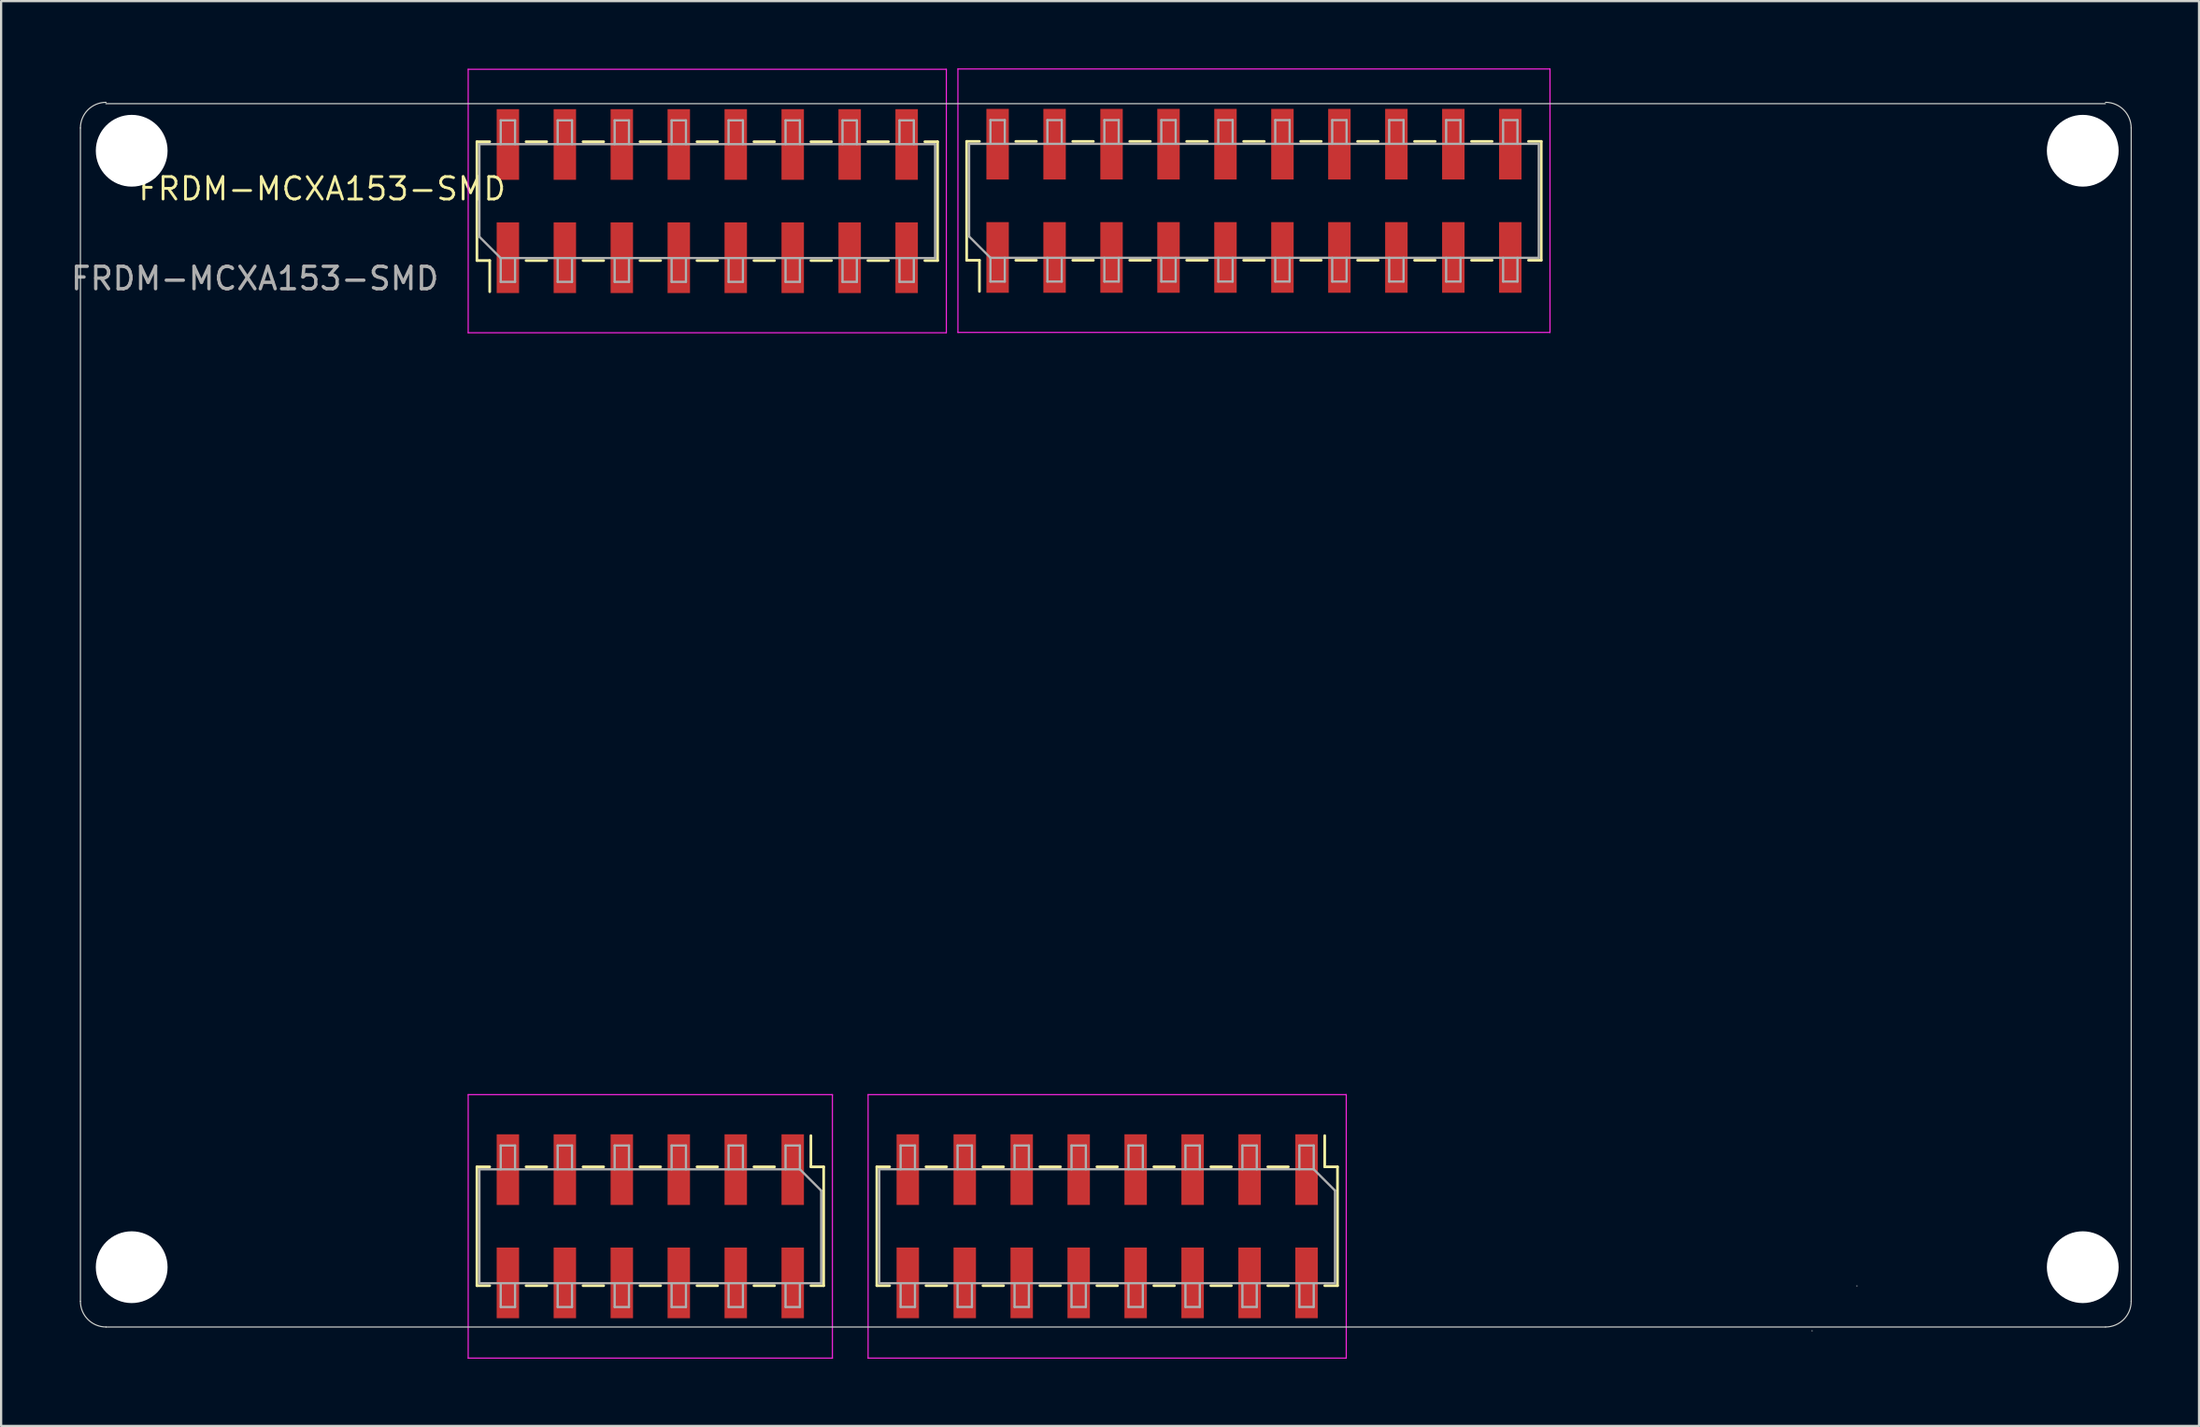
<source format=kicad_pcb>
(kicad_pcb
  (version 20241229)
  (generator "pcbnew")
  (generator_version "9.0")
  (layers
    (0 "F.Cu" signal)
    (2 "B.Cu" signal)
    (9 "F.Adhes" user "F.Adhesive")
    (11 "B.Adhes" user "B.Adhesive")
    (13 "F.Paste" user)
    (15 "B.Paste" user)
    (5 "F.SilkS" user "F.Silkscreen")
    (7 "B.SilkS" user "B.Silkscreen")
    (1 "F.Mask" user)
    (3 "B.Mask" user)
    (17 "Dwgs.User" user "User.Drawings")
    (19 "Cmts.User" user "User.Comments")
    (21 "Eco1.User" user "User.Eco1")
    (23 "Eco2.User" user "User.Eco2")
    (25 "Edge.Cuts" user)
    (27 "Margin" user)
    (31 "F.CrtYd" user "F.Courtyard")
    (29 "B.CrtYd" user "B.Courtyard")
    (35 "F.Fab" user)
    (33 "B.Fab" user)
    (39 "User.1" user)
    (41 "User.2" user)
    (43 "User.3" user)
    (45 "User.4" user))
  (footprint "FRDM-MCXA153-SMD"
    (layer "F.Cu")
    (at 19.596 7.203)
    (property "Reference" "FRDM-MCXA153-SMD" (at -8.281 -1.834 0) (unlocked yes) (layer "F.SilkS") (effects (font (size 1 1) (thickness 0.125))))
    (attr through_hole)
    (fp_line (start -1.38 -3.935) (end -0.81 -3.935) (stroke (width 0.12) (type solid)) (layer "F.SilkS"))
    (fp_line (start -1.38 1.365) (end -1.38 -3.935) (stroke (width 0.12) (type solid)) (layer "F.SilkS"))
    (fp_line (start -1.38 1.365) (end -0.81 1.365) (stroke (width 0.12) (type solid)) (layer "F.SilkS"))
    (fp_line (start -1.38 41.778) (end -1.38 47.078) (stroke (width 0.12) (type solid)) (layer "F.SilkS"))
    (fp_line (start -0.81 2.755) (end -0.81 1.365) (stroke (width 0.12) (type solid)) (layer "F.SilkS"))
    (fp_line (start -0.81 41.778) (end -1.38 41.778) (stroke (width 0.12) (type solid)) (layer "F.SilkS"))
    (fp_line (start -0.81 47.078) (end -1.38 47.078) (stroke (width 0.12) (type solid)) (layer "F.SilkS"))
    (fp_line (start 0.81 -3.935) (end 1.73 -3.935) (stroke (width 0.12) (type solid)) (layer "F.SilkS"))
    (fp_line (start 0.81 1.365) (end 1.73 1.365) (stroke (width 0.12) (type solid)) (layer "F.SilkS"))
    (fp_line (start 1.73 41.778) (end 0.81 41.778) (stroke (width 0.12) (type solid)) (layer "F.SilkS"))
    (fp_line (start 1.73 47.078) (end 0.81 47.078) (stroke (width 0.12) (type solid)) (layer "F.SilkS"))
    (fp_line (start 3.35 -3.935) (end 4.27 -3.935) (stroke (width 0.12) (type solid)) (layer "F.SilkS"))
    (fp_line (start 3.35 1.365) (end 4.27 1.365) (stroke (width 0.12) (type solid)) (layer "F.SilkS"))
    (fp_line (start 4.27 41.778) (end 3.35 41.778) (stroke (width 0.12) (type solid)) (layer "F.SilkS"))
    (fp_line (start 4.27 47.078) (end 3.35 47.078) (stroke (width 0.12) (type solid)) (layer "F.SilkS"))
    (fp_line (start 5.89 -3.935) (end 6.81 -3.935) (stroke (width 0.12) (type solid)) (layer "F.SilkS"))
    (fp_line (start 5.89 1.365) (end 6.81 1.365) (stroke (width 0.12) (type solid)) (layer "F.SilkS"))
    (fp_line (start 6.81 41.778) (end 5.89 41.778) (stroke (width 0.12) (type solid)) (layer "F.SilkS"))
    (fp_line (start 6.81 47.078) (end 5.89 47.078) (stroke (width 0.12) (type solid)) (layer "F.SilkS"))
    (fp_line (start 8.43 -3.935) (end 9.35 -3.935) (stroke (width 0.12) (type solid)) (layer "F.SilkS"))
    (fp_line (start 8.43 1.365) (end 9.35 1.365) (stroke (width 0.12) (type solid)) (layer "F.SilkS"))
    (fp_line (start 9.35 41.778) (end 8.43 41.778) (stroke (width 0.12) (type solid)) (layer "F.SilkS"))
    (fp_line (start 9.35 47.078) (end 8.43 47.078) (stroke (width 0.12) (type solid)) (layer "F.SilkS"))
    (fp_line (start 10.97 -3.935) (end 11.89 -3.935) (stroke (width 0.12) (type solid)) (layer "F.SilkS"))
    (fp_line (start 10.97 1.365) (end 11.89 1.365) (stroke (width 0.12) (type solid)) (layer "F.SilkS"))
    (fp_line (start 11.89 41.778) (end 10.97 41.778) (stroke (width 0.12) (type solid)) (layer "F.SilkS"))
    (fp_line (start 11.89 47.078) (end 10.97 47.078) (stroke (width 0.12) (type solid)) (layer "F.SilkS"))
    (fp_line (start 13.51 -3.935) (end 14.43 -3.935) (stroke (width 0.12) (type solid)) (layer "F.SilkS"))
    (fp_line (start 13.51 1.365) (end 14.43 1.365) (stroke (width 0.12) (type solid)) (layer "F.SilkS"))
    (fp_line (start 13.51 40.388) (end 13.51 41.778) (stroke (width 0.12) (type solid)) (layer "F.SilkS"))
    (fp_line (start 14.08 41.778) (end 13.51 41.778) (stroke (width 0.12) (type solid)) (layer "F.SilkS"))
    (fp_line (start 14.08 41.778) (end 14.08 47.078) (stroke (width 0.12) (type solid)) (layer "F.SilkS"))
    (fp_line (start 14.08 47.078) (end 13.51 47.078) (stroke (width 0.12) (type solid)) (layer "F.SilkS"))
    (fp_line (start 16.05 -3.935) (end 16.97 -3.935) (stroke (width 0.12) (type solid)) (layer "F.SilkS"))
    (fp_line (start 16.05 1.365) (end 16.97 1.365) (stroke (width 0.12) (type solid)) (layer "F.SilkS"))
    (fp_line (start 16.451 41.777) (end 16.451 47.077) (stroke (width 0.12) (type solid)) (layer "F.SilkS"))
    (fp_line (start 17.021 41.777) (end 16.451 41.777) (stroke (width 0.12) (type solid)) (layer "F.SilkS"))
    (fp_line (start 17.021 47.077) (end 16.451 47.077) (stroke (width 0.12) (type solid)) (layer "F.SilkS"))
    (fp_line (start 18.59 -3.935) (end 19.16 -3.935) (stroke (width 0.12) (type solid)) (layer "F.SilkS"))
    (fp_line (start 18.59 1.365) (end 19.16 1.365) (stroke (width 0.12) (type solid)) (layer "F.SilkS"))
    (fp_line (start 19.16 1.365) (end 19.16 -3.935) (stroke (width 0.12) (type solid)) (layer "F.SilkS"))
    (fp_line (start 19.561 41.777) (end 18.641 41.777) (stroke (width 0.12) (type solid)) (layer "F.SilkS"))
    (fp_line (start 19.561 47.077) (end 18.641 47.077) (stroke (width 0.12) (type solid)) (layer "F.SilkS"))
    (fp_line (start 20.456 -3.948) (end 21.026 -3.948) (stroke (width 0.12) (type solid)) (layer "F.SilkS"))
    (fp_line (start 20.456 1.352) (end 20.456 -3.948) (stroke (width 0.12) (type solid)) (layer "F.SilkS"))
    (fp_line (start 20.456 1.352) (end 21.026 1.352) (stroke (width 0.12) (type solid)) (layer "F.SilkS"))
    (fp_line (start 21.026 2.742) (end 21.026 1.352) (stroke (width 0.12) (type solid)) (layer "F.SilkS"))
    (fp_line (start 22.101 41.777) (end 21.181 41.777) (stroke (width 0.12) (type solid)) (layer "F.SilkS"))
    (fp_line (start 22.101 47.077) (end 21.181 47.077) (stroke (width 0.12) (type solid)) (layer "F.SilkS"))
    (fp_line (start 22.646 -3.948) (end 23.566 -3.948) (stroke (width 0.12) (type solid)) (layer "F.SilkS"))
    (fp_line (start 22.646 1.352) (end 23.566 1.352) (stroke (width 0.12) (type solid)) (layer "F.SilkS"))
    (fp_line (start 24.641 41.777) (end 23.721 41.777) (stroke (width 0.12) (type solid)) (layer "F.SilkS"))
    (fp_line (start 24.641 47.077) (end 23.721 47.077) (stroke (width 0.12) (type solid)) (layer "F.SilkS"))
    (fp_line (start 25.186 -3.948) (end 26.106 -3.948) (stroke (width 0.12) (type solid)) (layer "F.SilkS"))
    (fp_line (start 25.186 1.352) (end 26.106 1.352) (stroke (width 0.12) (type solid)) (layer "F.SilkS"))
    (fp_line (start 27.181 41.777) (end 26.261 41.777) (stroke (width 0.12) (type solid)) (layer "F.SilkS"))
    (fp_line (start 27.181 47.077) (end 26.261 47.077) (stroke (width 0.12) (type solid)) (layer "F.SilkS"))
    (fp_line (start 27.726 -3.948) (end 28.646 -3.948) (stroke (width 0.12) (type solid)) (layer "F.SilkS"))
    (fp_line (start 27.726 1.352) (end 28.646 1.352) (stroke (width 0.12) (type solid)) (layer "F.SilkS"))
    (fp_line (start 29.721 41.777) (end 28.801 41.777) (stroke (width 0.12) (type solid)) (layer "F.SilkS"))
    (fp_line (start 29.721 47.077) (end 28.801 47.077) (stroke (width 0.12) (type solid)) (layer "F.SilkS"))
    (fp_line (start 30.266 -3.948) (end 31.186 -3.948) (stroke (width 0.12) (type solid)) (layer "F.SilkS"))
    (fp_line (start 30.266 1.352) (end 31.186 1.352) (stroke (width 0.12) (type solid)) (layer "F.SilkS"))
    (fp_line (start 32.261 41.777) (end 31.341 41.777) (stroke (width 0.12) (type solid)) (layer "F.SilkS"))
    (fp_line (start 32.261 47.077) (end 31.341 47.077) (stroke (width 0.12) (type solid)) (layer "F.SilkS"))
    (fp_line (start 32.806 -3.948) (end 33.726 -3.948) (stroke (width 0.12) (type solid)) (layer "F.SilkS"))
    (fp_line (start 32.806 1.352) (end 33.726 1.352) (stroke (width 0.12) (type solid)) (layer "F.SilkS"))
    (fp_line (start 34.801 41.777) (end 33.881 41.777) (stroke (width 0.12) (type solid)) (layer "F.SilkS"))
    (fp_line (start 34.801 47.077) (end 33.881 47.077) (stroke (width 0.12) (type solid)) (layer "F.SilkS"))
    (fp_line (start 35.346 -3.948) (end 36.266 -3.948) (stroke (width 0.12) (type solid)) (layer "F.SilkS"))
    (fp_line (start 35.346 1.352) (end 36.266 1.352) (stroke (width 0.12) (type solid)) (layer "F.SilkS"))
    (fp_line (start 36.421 40.387) (end 36.421 41.777) (stroke (width 0.12) (type solid)) (layer "F.SilkS"))
    (fp_line (start 36.991 41.777) (end 36.421 41.777) (stroke (width 0.12) (type solid)) (layer "F.SilkS"))
    (fp_line (start 36.991 41.777) (end 36.991 47.077) (stroke (width 0.12) (type solid)) (layer "F.SilkS"))
    (fp_line (start 36.991 47.077) (end 36.421 47.077) (stroke (width 0.12) (type solid)) (layer "F.SilkS"))
    (fp_line (start 37.886 -3.948) (end 38.806 -3.948) (stroke (width 0.12) (type solid)) (layer "F.SilkS"))
    (fp_line (start 37.886 1.352) (end 38.806 1.352) (stroke (width 0.12) (type solid)) (layer "F.SilkS"))
    (fp_line (start 40.426 -3.948) (end 41.346 -3.948) (stroke (width 0.12) (type solid)) (layer "F.SilkS"))
    (fp_line (start 40.426 1.352) (end 41.346 1.352) (stroke (width 0.12) (type solid)) (layer "F.SilkS"))
    (fp_line (start 42.966 -3.948) (end 43.886 -3.948) (stroke (width 0.12) (type solid)) (layer "F.SilkS"))
    (fp_line (start 42.966 1.352) (end 43.886 1.352) (stroke (width 0.12) (type solid)) (layer "F.SilkS"))
    (fp_line (start 45.506 -3.948) (end 46.076 -3.948) (stroke (width 0.12) (type solid)) (layer "F.SilkS"))
    (fp_line (start 45.506 1.352) (end 46.076 1.352) (stroke (width 0.12) (type solid)) (layer "F.SilkS"))
    (fp_line (start 46.076 1.352) (end 46.076 -3.948) (stroke (width 0.12) (type solid)) (layer "F.SilkS"))
    (fp_line (start -19.06 -4.547) (end -19.06 47.777) (stroke (width 0.05) (type solid)) (layer "Edge.Cuts"))
    (fp_line (start -17.917 48.92) (end 71.237 48.92) (stroke (width 0.05) (type solid)) (layer "Edge.Cuts"))
    (fp_line (start 58.152 49.09) (end 58.152 49.09) (stroke (width 0.05) (type solid)) (layer "Edge.Cuts"))
    (fp_line (start 60.152 47.09) (end 60.152 47.09) (stroke (width 0.05) (type solid)) (layer "Edge.Cuts"))
    (fp_line (start 71.229 -5.629) (end -17.925 -5.629) (stroke (width 0.05) (type solid)) (layer "Edge.Cuts"))
    (fp_line (start 72.38 47.777) (end 72.38 -4.547) (stroke (width 0.05) (type solid)) (layer "Edge.Cuts"))
    (fp_arc (start -19.06 -4.547) (mid -18.725223 -5.355223) (end -17.917 -5.69) (stroke (width 0.05) (type solid)) (layer "Edge.Cuts"))
    (fp_arc (start -17.917 48.92) (mid -18.725223 48.585223) (end -19.06 47.777) (stroke (width 0.05) (type solid)) (layer "Edge.Cuts"))
    (fp_arc (start 71.237 -5.69) (mid 72.045223 -5.355223) (end 72.38 -4.547) (stroke (width 0.05) (type solid)) (layer "Edge.Cuts"))
    (fp_arc (start 72.38 47.777) (mid 72.045223 48.585223) (end 71.237 48.92) (stroke (width 0.05) (type solid)) (layer "Edge.Cuts"))
    (fp_line (start -1.77 -7.165) (end -1.77 4.585) (stroke (width 0.05) (type solid)) (layer "F.CrtYd"))
    (fp_line (start -1.77 4.585) (end 19.55 4.585) (stroke (width 0.05) (type solid)) (layer "F.CrtYd"))
    (fp_line (start -1.77 38.558) (end -1.77 50.308) (stroke (width 0.05) (type solid)) (layer "F.CrtYd"))
    (fp_line (start -1.77 50.308) (end 14.47 50.308) (stroke (width 0.05) (type solid)) (layer "F.CrtYd"))
    (fp_line (start 14.47 38.558) (end -1.77 38.558) (stroke (width 0.05) (type solid)) (layer "F.CrtYd"))
    (fp_line (start 14.47 50.308) (end 14.47 38.558) (stroke (width 0.05) (type solid)) (layer "F.CrtYd"))
    (fp_line (start 16.061 38.557) (end 16.061 50.307) (stroke (width 0.05) (type solid)) (layer "F.CrtYd"))
    (fp_line (start 16.061 50.307) (end 37.381 50.307) (stroke (width 0.05) (type solid)) (layer "F.CrtYd"))
    (fp_line (start 19.55 -7.165) (end -1.77 -7.165) (stroke (width 0.05) (type solid)) (layer "F.CrtYd"))
    (fp_line (start 19.55 4.585) (end 19.55 -7.165) (stroke (width 0.05) (type solid)) (layer "F.CrtYd"))
    (fp_line (start 20.066 -7.178) (end 20.066 4.572) (stroke (width 0.05) (type solid)) (layer "F.CrtYd"))
    (fp_line (start 20.066 4.572) (end 46.466 4.572) (stroke (width 0.05) (type solid)) (layer "F.CrtYd"))
    (fp_line (start 37.381 38.557) (end 16.061 38.557) (stroke (width 0.05) (type solid)) (layer "F.CrtYd"))
    (fp_line (start 37.381 50.307) (end 37.381 38.557) (stroke (width 0.05) (type solid)) (layer "F.CrtYd"))
    (fp_line (start 46.466 -7.178) (end 20.066 -7.178) (stroke (width 0.05) (type solid)) (layer "F.CrtYd"))
    (fp_line (start 46.466 4.572) (end 46.466 -7.178) (stroke (width 0.05) (type solid)) (layer "F.CrtYd"))
    (fp_line (start -1.27 -3.825) (end 19.05 -3.825) (stroke (width 0.1) (type solid)) (layer "F.Fab"))
    (fp_line (start -1.27 0.305) (end -1.27 -3.825) (stroke (width 0.1) (type solid)) (layer "F.Fab"))
    (fp_line (start -1.27 41.888) (end 13.02 41.888) (stroke (width 0.1) (type solid)) (layer "F.Fab"))
    (fp_line (start -1.27 46.968) (end -1.27 41.888) (stroke (width 0.1) (type solid)) (layer "F.Fab"))
    (fp_line (start -0.32 -4.885) (end 0.32 -4.885) (stroke (width 0.1) (type solid)) (layer "F.Fab"))
    (fp_line (start -0.32 -3.825) (end -0.32 -4.885) (stroke (width 0.1) (type solid)) (layer "F.Fab"))
    (fp_line (start -0.32 1.255) (end -1.27 0.305) (stroke (width 0.1) (type solid)) (layer "F.Fab"))
    (fp_line (start -0.32 1.255) (end -0.32 2.315) (stroke (width 0.1) (type solid)) (layer "F.Fab"))
    (fp_line (start -0.32 2.315) (end 0.32 2.315) (stroke (width 0.1) (type solid)) (layer "F.Fab"))
    (fp_line (start -0.32 40.828) (end -0.32 41.888) (stroke (width 0.1) (type solid)) (layer "F.Fab"))
    (fp_line (start -0.32 48.028) (end -0.32 46.968) (stroke (width 0.1) (type solid)) (layer "F.Fab"))
    (fp_line (start 0.32 -4.885) (end 0.32 -3.825) (stroke (width 0.1) (type solid)) (layer "F.Fab"))
    (fp_line (start 0.32 2.315) (end 0.32 1.255) (stroke (width 0.1) (type solid)) (layer "F.Fab"))
    (fp_line (start 0.32 40.828) (end -0.32 40.828) (stroke (width 0.1) (type solid)) (layer "F.Fab"))
    (fp_line (start 0.32 41.888) (end 0.32 40.828) (stroke (width 0.1) (type solid)) (layer "F.Fab"))
    (fp_line (start 0.32 46.968) (end 0.32 48.028) (stroke (width 0.1) (type solid)) (layer "F.Fab"))
    (fp_line (start 0.32 48.028) (end -0.32 48.028) (stroke (width 0.1) (type solid)) (layer "F.Fab"))
    (fp_line (start 2.22 -4.885) (end 2.86 -4.885) (stroke (width 0.1) (type solid)) (layer "F.Fab"))
    (fp_line (start 2.22 -3.825) (end 2.22 -4.885) (stroke (width 0.1) (type solid)) (layer "F.Fab"))
    (fp_line (start 2.22 1.255) (end 2.22 2.315) (stroke (width 0.1) (type solid)) (layer "F.Fab"))
    (fp_line (start 2.22 2.315) (end 2.86 2.315) (stroke (width 0.1) (type solid)) (layer "F.Fab"))
    (fp_line (start 2.22 40.828) (end 2.22 41.888) (stroke (width 0.1) (type solid)) (layer "F.Fab"))
    (fp_line (start 2.22 48.028) (end 2.22 46.968) (stroke (width 0.1) (type solid)) (layer "F.Fab"))
    (fp_line (start 2.86 -4.885) (end 2.86 -3.825) (stroke (width 0.1) (type solid)) (layer "F.Fab"))
    (fp_line (start 2.86 2.315) (end 2.86 1.255) (stroke (width 0.1) (type solid)) (layer "F.Fab"))
    (fp_line (start 2.86 40.828) (end 2.22 40.828) (stroke (width 0.1) (type solid)) (layer "F.Fab"))
    (fp_line (start 2.86 41.888) (end 2.86 40.828) (stroke (width 0.1) (type solid)) (layer "F.Fab"))
    (fp_line (start 2.86 46.968) (end 2.86 48.028) (stroke (width 0.1) (type solid)) (layer "F.Fab"))
    (fp_line (start 2.86 48.028) (end 2.22 48.028) (stroke (width 0.1) (type solid)) (layer "F.Fab"))
    (fp_line (start 4.76 -4.885) (end 5.4 -4.885) (stroke (width 0.1) (type solid)) (layer "F.Fab"))
    (fp_line (start 4.76 -3.825) (end 4.76 -4.885) (stroke (width 0.1) (type solid)) (layer "F.Fab"))
    (fp_line (start 4.76 1.255) (end 4.76 2.315) (stroke (width 0.1) (type solid)) (layer "F.Fab"))
    (fp_line (start 4.76 2.315) (end 5.4 2.315) (stroke (width 0.1) (type solid)) (layer "F.Fab"))
    (fp_line (start 4.76 40.828) (end 4.76 41.888) (stroke (width 0.1) (type solid)) (layer "F.Fab"))
    (fp_line (start 4.76 48.028) (end 4.76 46.968) (stroke (width 0.1) (type solid)) (layer "F.Fab"))
    (fp_line (start 5.4 -4.885) (end 5.4 -3.825) (stroke (width 0.1) (type solid)) (layer "F.Fab"))
    (fp_line (start 5.4 2.315) (end 5.4 1.255) (stroke (width 0.1) (type solid)) (layer "F.Fab"))
    (fp_line (start 5.4 40.828) (end 4.76 40.828) (stroke (width 0.1) (type solid)) (layer "F.Fab"))
    (fp_line (start 5.4 41.888) (end 5.4 40.828) (stroke (width 0.1) (type solid)) (layer "F.Fab"))
    (fp_line (start 5.4 46.968) (end 5.4 48.028) (stroke (width 0.1) (type solid)) (layer "F.Fab"))
    (fp_line (start 5.4 48.028) (end 4.76 48.028) (stroke (width 0.1) (type solid)) (layer "F.Fab"))
    (fp_line (start 7.3 -4.885) (end 7.94 -4.885) (stroke (width 0.1) (type solid)) (layer "F.Fab"))
    (fp_line (start 7.3 -3.825) (end 7.3 -4.885) (stroke (width 0.1) (type solid)) (layer "F.Fab"))
    (fp_line (start 7.3 1.255) (end 7.3 2.315) (stroke (width 0.1) (type solid)) (layer "F.Fab"))
    (fp_line (start 7.3 2.315) (end 7.94 2.315) (stroke (width 0.1) (type solid)) (layer "F.Fab"))
    (fp_line (start 7.3 40.828) (end 7.3 41.888) (stroke (width 0.1) (type solid)) (layer "F.Fab"))
    (fp_line (start 7.3 48.028) (end 7.3 46.968) (stroke (width 0.1) (type solid)) (layer "F.Fab"))
    (fp_line (start 7.94 -4.885) (end 7.94 -3.825) (stroke (width 0.1) (type solid)) (layer "F.Fab"))
    (fp_line (start 7.94 2.315) (end 7.94 1.255) (stroke (width 0.1) (type solid)) (layer "F.Fab"))
    (fp_line (start 7.94 40.828) (end 7.3 40.828) (stroke (width 0.1) (type solid)) (layer "F.Fab"))
    (fp_line (start 7.94 41.888) (end 7.94 40.828) (stroke (width 0.1) (type solid)) (layer "F.Fab"))
    (fp_line (start 7.94 46.968) (end 7.94 48.028) (stroke (width 0.1) (type solid)) (layer "F.Fab"))
    (fp_line (start 7.94 48.028) (end 7.3 48.028) (stroke (width 0.1) (type solid)) (layer "F.Fab"))
    (fp_line (start 9.84 -4.885) (end 10.48 -4.885) (stroke (width 0.1) (type solid)) (layer "F.Fab"))
    (fp_line (start 9.84 -3.825) (end 9.84 -4.885) (stroke (width 0.1) (type solid)) (layer "F.Fab"))
    (fp_line (start 9.84 1.255) (end 9.84 2.315) (stroke (width 0.1) (type solid)) (layer "F.Fab"))
    (fp_line (start 9.84 2.315) (end 10.48 2.315) (stroke (width 0.1) (type solid)) (layer "F.Fab"))
    (fp_line (start 9.84 40.828) (end 9.84 41.888) (stroke (width 0.1) (type solid)) (layer "F.Fab"))
    (fp_line (start 9.84 48.028) (end 9.84 46.968) (stroke (width 0.1) (type solid)) (layer "F.Fab"))
    (fp_line (start 10.48 -4.885) (end 10.48 -3.825) (stroke (width 0.1) (type solid)) (layer "F.Fab"))
    (fp_line (start 10.48 2.315) (end 10.48 1.255) (stroke (width 0.1) (type solid)) (layer "F.Fab"))
    (fp_line (start 10.48 40.828) (end 9.84 40.828) (stroke (width 0.1) (type solid)) (layer "F.Fab"))
    (fp_line (start 10.48 41.888) (end 10.48 40.828) (stroke (width 0.1) (type solid)) (layer "F.Fab"))
    (fp_line (start 10.48 46.968) (end 10.48 48.028) (stroke (width 0.1) (type solid)) (layer "F.Fab"))
    (fp_line (start 10.48 48.028) (end 9.84 48.028) (stroke (width 0.1) (type solid)) (layer "F.Fab"))
    (fp_line (start 12.38 -4.885) (end 13.02 -4.885) (stroke (width 0.1) (type solid)) (layer "F.Fab"))
    (fp_line (start 12.38 -3.825) (end 12.38 -4.885) (stroke (width 0.1) (type solid)) (layer "F.Fab"))
    (fp_line (start 12.38 1.255) (end 12.38 2.315) (stroke (width 0.1) (type solid)) (layer "F.Fab"))
    (fp_line (start 12.38 2.315) (end 13.02 2.315) (stroke (width 0.1) (type solid)) (layer "F.Fab"))
    (fp_line (start 12.38 40.828) (end 12.38 41.888) (stroke (width 0.1) (type solid)) (layer "F.Fab"))
    (fp_line (start 12.38 48.028) (end 12.38 46.968) (stroke (width 0.1) (type solid)) (layer "F.Fab"))
    (fp_line (start 13.02 -4.885) (end 13.02 -3.825) (stroke (width 0.1) (type solid)) (layer "F.Fab"))
    (fp_line (start 13.02 2.315) (end 13.02 1.255) (stroke (width 0.1) (type solid)) (layer "F.Fab"))
    (fp_line (start 13.02 40.828) (end 12.38 40.828) (stroke (width 0.1) (type solid)) (layer "F.Fab"))
    (fp_line (start 13.02 41.888) (end 13.02 40.828) (stroke (width 0.1) (type solid)) (layer "F.Fab"))
    (fp_line (start 13.02 41.888) (end 13.97 42.838) (stroke (width 0.1) (type solid)) (layer "F.Fab"))
    (fp_line (start 13.02 46.968) (end 13.02 48.028) (stroke (width 0.1) (type solid)) (layer "F.Fab"))
    (fp_line (start 13.02 48.028) (end 12.38 48.028) (stroke (width 0.1) (type solid)) (layer "F.Fab"))
    (fp_line (start 13.97 42.838) (end 13.97 46.968) (stroke (width 0.1) (type solid)) (layer "F.Fab"))
    (fp_line (start 13.97 46.968) (end -1.27 46.968) (stroke (width 0.1) (type solid)) (layer "F.Fab"))
    (fp_line (start 14.92 -4.885) (end 15.56 -4.885) (stroke (width 0.1) (type solid)) (layer "F.Fab"))
    (fp_line (start 14.92 -3.825) (end 14.92 -4.885) (stroke (width 0.1) (type solid)) (layer "F.Fab"))
    (fp_line (start 14.92 1.255) (end 14.92 2.315) (stroke (width 0.1) (type solid)) (layer "F.Fab"))
    (fp_line (start 14.92 2.315) (end 15.56 2.315) (stroke (width 0.1) (type solid)) (layer "F.Fab"))
    (fp_line (start 15.56 -4.885) (end 15.56 -3.825) (stroke (width 0.1) (type solid)) (layer "F.Fab"))
    (fp_line (start 15.56 2.315) (end 15.56 1.255) (stroke (width 0.1) (type solid)) (layer "F.Fab"))
    (fp_line (start 16.561 41.887) (end 35.931 41.887) (stroke (width 0.1) (type solid)) (layer "F.Fab"))
    (fp_line (start 16.561 46.967) (end 16.561 41.887) (stroke (width 0.1) (type solid)) (layer "F.Fab"))
    (fp_line (start 17.46 -4.885) (end 18.1 -4.885) (stroke (width 0.1) (type solid)) (layer "F.Fab"))
    (fp_line (start 17.46 -3.825) (end 17.46 -4.885) (stroke (width 0.1) (type solid)) (layer "F.Fab"))
    (fp_line (start 17.46 1.255) (end 17.46 2.315) (stroke (width 0.1) (type solid)) (layer "F.Fab"))
    (fp_line (start 17.46 2.315) (end 18.1 2.315) (stroke (width 0.1) (type solid)) (layer "F.Fab"))
    (fp_line (start 17.511 40.827) (end 17.511 41.887) (stroke (width 0.1) (type solid)) (layer "F.Fab"))
    (fp_line (start 17.511 48.027) (end 17.511 46.967) (stroke (width 0.1) (type solid)) (layer "F.Fab"))
    (fp_line (start 18.1 -4.885) (end 18.1 -3.825) (stroke (width 0.1) (type solid)) (layer "F.Fab"))
    (fp_line (start 18.1 2.315) (end 18.1 1.255) (stroke (width 0.1) (type solid)) (layer "F.Fab"))
    (fp_line (start 18.151 40.827) (end 17.511 40.827) (stroke (width 0.1) (type solid)) (layer "F.Fab"))
    (fp_line (start 18.151 41.887) (end 18.151 40.827) (stroke (width 0.1) (type solid)) (layer "F.Fab"))
    (fp_line (start 18.151 46.967) (end 18.151 48.027) (stroke (width 0.1) (type solid)) (layer "F.Fab"))
    (fp_line (start 18.151 48.027) (end 17.511 48.027) (stroke (width 0.1) (type solid)) (layer "F.Fab"))
    (fp_line (start 19.05 -3.825) (end 19.05 1.255) (stroke (width 0.1) (type solid)) (layer "F.Fab"))
    (fp_line (start 19.05 1.255) (end -0.32 1.255) (stroke (width 0.1) (type solid)) (layer "F.Fab"))
    (fp_line (start 20.051 40.827) (end 20.051 41.887) (stroke (width 0.1) (type solid)) (layer "F.Fab"))
    (fp_line (start 20.051 48.027) (end 20.051 46.967) (stroke (width 0.1) (type solid)) (layer "F.Fab"))
    (fp_line (start 20.566 -3.838) (end 45.966 -3.838) (stroke (width 0.1) (type solid)) (layer "F.Fab"))
    (fp_line (start 20.566 0.292) (end 20.566 -3.838) (stroke (width 0.1) (type solid)) (layer "F.Fab"))
    (fp_line (start 20.691 40.827) (end 20.051 40.827) (stroke (width 0.1) (type solid)) (layer "F.Fab"))
    (fp_line (start 20.691 41.887) (end 20.691 40.827) (stroke (width 0.1) (type solid)) (layer "F.Fab"))
    (fp_line (start 20.691 46.967) (end 20.691 48.027) (stroke (width 0.1) (type solid)) (layer "F.Fab"))
    (fp_line (start 20.691 48.027) (end 20.051 48.027) (stroke (width 0.1) (type solid)) (layer "F.Fab"))
    (fp_line (start 21.516 -4.898) (end 22.156 -4.898) (stroke (width 0.1) (type solid)) (layer "F.Fab"))
    (fp_line (start 21.516 -3.838) (end 21.516 -4.898) (stroke (width 0.1) (type solid)) (layer "F.Fab"))
    (fp_line (start 21.516 1.242) (end 20.566 0.292) (stroke (width 0.1) (type solid)) (layer "F.Fab"))
    (fp_line (start 21.516 1.242) (end 21.516 2.302) (stroke (width 0.1) (type solid)) (layer "F.Fab"))
    (fp_line (start 21.516 2.302) (end 22.156 2.302) (stroke (width 0.1) (type solid)) (layer "F.Fab"))
    (fp_line (start 22.156 -4.898) (end 22.156 -3.838) (stroke (width 0.1) (type solid)) (layer "F.Fab"))
    (fp_line (start 22.156 2.302) (end 22.156 1.242) (stroke (width 0.1) (type solid)) (layer "F.Fab"))
    (fp_line (start 22.591 40.827) (end 22.591 41.887) (stroke (width 0.1) (type solid)) (layer "F.Fab"))
    (fp_line (start 22.591 48.027) (end 22.591 46.967) (stroke (width 0.1) (type solid)) (layer "F.Fab"))
    (fp_line (start 23.231 40.827) (end 22.591 40.827) (stroke (width 0.1) (type solid)) (layer "F.Fab"))
    (fp_line (start 23.231 41.887) (end 23.231 40.827) (stroke (width 0.1) (type solid)) (layer "F.Fab"))
    (fp_line (start 23.231 46.967) (end 23.231 48.027) (stroke (width 0.1) (type solid)) (layer "F.Fab"))
    (fp_line (start 23.231 48.027) (end 22.591 48.027) (stroke (width 0.1) (type solid)) (layer "F.Fab"))
    (fp_line (start 24.056 -4.898) (end 24.696 -4.898) (stroke (width 0.1) (type solid)) (layer "F.Fab"))
    (fp_line (start 24.056 -3.838) (end 24.056 -4.898) (stroke (width 0.1) (type solid)) (layer "F.Fab"))
    (fp_line (start 24.056 1.242) (end 24.056 2.302) (stroke (width 0.1) (type solid)) (layer "F.Fab"))
    (fp_line (start 24.056 2.302) (end 24.696 2.302) (stroke (width 0.1) (type solid)) (layer "F.Fab"))
    (fp_line (start 24.696 -4.898) (end 24.696 -3.838) (stroke (width 0.1) (type solid)) (layer "F.Fab"))
    (fp_line (start 24.696 2.302) (end 24.696 1.242) (stroke (width 0.1) (type solid)) (layer "F.Fab"))
    (fp_line (start 25.131 40.827) (end 25.131 41.887) (stroke (width 0.1) (type solid)) (layer "F.Fab"))
    (fp_line (start 25.131 48.027) (end 25.131 46.967) (stroke (width 0.1) (type solid)) (layer "F.Fab"))
    (fp_line (start 25.771 40.827) (end 25.131 40.827) (stroke (width 0.1) (type solid)) (layer "F.Fab"))
    (fp_line (start 25.771 41.887) (end 25.771 40.827) (stroke (width 0.1) (type solid)) (layer "F.Fab"))
    (fp_line (start 25.771 46.967) (end 25.771 48.027) (stroke (width 0.1) (type solid)) (layer "F.Fab"))
    (fp_line (start 25.771 48.027) (end 25.131 48.027) (stroke (width 0.1) (type solid)) (layer "F.Fab"))
    (fp_line (start 26.596 -4.898) (end 27.236 -4.898) (stroke (width 0.1) (type solid)) (layer "F.Fab"))
    (fp_line (start 26.596 -3.838) (end 26.596 -4.898) (stroke (width 0.1) (type solid)) (layer "F.Fab"))
    (fp_line (start 26.596 1.242) (end 26.596 2.302) (stroke (width 0.1) (type solid)) (layer "F.Fab"))
    (fp_line (start 26.596 2.302) (end 27.236 2.302) (stroke (width 0.1) (type solid)) (layer "F.Fab"))
    (fp_line (start 27.236 -4.898) (end 27.236 -3.838) (stroke (width 0.1) (type solid)) (layer "F.Fab"))
    (fp_line (start 27.236 2.302) (end 27.236 1.242) (stroke (width 0.1) (type solid)) (layer "F.Fab"))
    (fp_line (start 27.671 40.827) (end 27.671 41.887) (stroke (width 0.1) (type solid)) (layer "F.Fab"))
    (fp_line (start 27.671 48.027) (end 27.671 46.967) (stroke (width 0.1) (type solid)) (layer "F.Fab"))
    (fp_line (start 28.311 40.827) (end 27.671 40.827) (stroke (width 0.1) (type solid)) (layer "F.Fab"))
    (fp_line (start 28.311 41.887) (end 28.311 40.827) (stroke (width 0.1) (type solid)) (layer "F.Fab"))
    (fp_line (start 28.311 46.967) (end 28.311 48.027) (stroke (width 0.1) (type solid)) (layer "F.Fab"))
    (fp_line (start 28.311 48.027) (end 27.671 48.027) (stroke (width 0.1) (type solid)) (layer "F.Fab"))
    (fp_line (start 29.136 -4.898) (end 29.776 -4.898) (stroke (width 0.1) (type solid)) (layer "F.Fab"))
    (fp_line (start 29.136 -3.838) (end 29.136 -4.898) (stroke (width 0.1) (type solid)) (layer "F.Fab"))
    (fp_line (start 29.136 1.242) (end 29.136 2.302) (stroke (width 0.1) (type solid)) (layer "F.Fab"))
    (fp_line (start 29.136 2.302) (end 29.776 2.302) (stroke (width 0.1) (type solid)) (layer "F.Fab"))
    (fp_line (start 29.776 -4.898) (end 29.776 -3.838) (stroke (width 0.1) (type solid)) (layer "F.Fab"))
    (fp_line (start 29.776 2.302) (end 29.776 1.242) (stroke (width 0.1) (type solid)) (layer "F.Fab"))
    (fp_line (start 30.211 40.827) (end 30.211 41.887) (stroke (width 0.1) (type solid)) (layer "F.Fab"))
    (fp_line (start 30.211 48.027) (end 30.211 46.967) (stroke (width 0.1) (type solid)) (layer "F.Fab"))
    (fp_line (start 30.851 40.827) (end 30.211 40.827) (stroke (width 0.1) (type solid)) (layer "F.Fab"))
    (fp_line (start 30.851 41.887) (end 30.851 40.827) (stroke (width 0.1) (type solid)) (layer "F.Fab"))
    (fp_line (start 30.851 46.967) (end 30.851 48.027) (stroke (width 0.1) (type solid)) (layer "F.Fab"))
    (fp_line (start 30.851 48.027) (end 30.211 48.027) (stroke (width 0.1) (type solid)) (layer "F.Fab"))
    (fp_line (start 31.676 -4.898) (end 32.316 -4.898) (stroke (width 0.1) (type solid)) (layer "F.Fab"))
    (fp_line (start 31.676 -3.838) (end 31.676 -4.898) (stroke (width 0.1) (type solid)) (layer "F.Fab"))
    (fp_line (start 31.676 1.242) (end 31.676 2.302) (stroke (width 0.1) (type solid)) (layer "F.Fab"))
    (fp_line (start 31.676 2.302) (end 32.316 2.302) (stroke (width 0.1) (type solid)) (layer "F.Fab"))
    (fp_line (start 32.316 -4.898) (end 32.316 -3.838) (stroke (width 0.1) (type solid)) (layer "F.Fab"))
    (fp_line (start 32.316 2.302) (end 32.316 1.242) (stroke (width 0.1) (type solid)) (layer "F.Fab"))
    (fp_line (start 32.751 40.827) (end 32.751 41.887) (stroke (width 0.1) (type solid)) (layer "F.Fab"))
    (fp_line (start 32.751 48.027) (end 32.751 46.967) (stroke (width 0.1) (type solid)) (layer "F.Fab"))
    (fp_line (start 33.391 40.827) (end 32.751 40.827) (stroke (width 0.1) (type solid)) (layer "F.Fab"))
    (fp_line (start 33.391 41.887) (end 33.391 40.827) (stroke (width 0.1) (type solid)) (layer "F.Fab"))
    (fp_line (start 33.391 46.967) (end 33.391 48.027) (stroke (width 0.1) (type solid)) (layer "F.Fab"))
    (fp_line (start 33.391 48.027) (end 32.751 48.027) (stroke (width 0.1) (type solid)) (layer "F.Fab"))
    (fp_line (start 34.216 -4.898) (end 34.856 -4.898) (stroke (width 0.1) (type solid)) (layer "F.Fab"))
    (fp_line (start 34.216 -3.838) (end 34.216 -4.898) (stroke (width 0.1) (type solid)) (layer "F.Fab"))
    (fp_line (start 34.216 1.242) (end 34.216 2.302) (stroke (width 0.1) (type solid)) (layer "F.Fab"))
    (fp_line (start 34.216 2.302) (end 34.856 2.302) (stroke (width 0.1) (type solid)) (layer "F.Fab"))
    (fp_line (start 34.856 -4.898) (end 34.856 -3.838) (stroke (width 0.1) (type solid)) (layer "F.Fab"))
    (fp_line (start 34.856 2.302) (end 34.856 1.242) (stroke (width 0.1) (type solid)) (layer "F.Fab"))
    (fp_line (start 35.291 40.827) (end 35.291 41.887) (stroke (width 0.1) (type solid)) (layer "F.Fab"))
    (fp_line (start 35.291 48.027) (end 35.291 46.967) (stroke (width 0.1) (type solid)) (layer "F.Fab"))
    (fp_line (start 35.931 40.827) (end 35.291 40.827) (stroke (width 0.1) (type solid)) (layer "F.Fab"))
    (fp_line (start 35.931 41.887) (end 35.931 40.827) (stroke (width 0.1) (type solid)) (layer "F.Fab"))
    (fp_line (start 35.931 41.887) (end 36.881 42.837) (stroke (width 0.1) (type solid)) (layer "F.Fab"))
    (fp_line (start 35.931 46.967) (end 35.931 48.027) (stroke (width 0.1) (type solid)) (layer "F.Fab"))
    (fp_line (start 35.931 48.027) (end 35.291 48.027) (stroke (width 0.1) (type solid)) (layer "F.Fab"))
    (fp_line (start 36.756 -4.898) (end 37.396 -4.898) (stroke (width 0.1) (type solid)) (layer "F.Fab"))
    (fp_line (start 36.756 -3.838) (end 36.756 -4.898) (stroke (width 0.1) (type solid)) (layer "F.Fab"))
    (fp_line (start 36.756 1.242) (end 36.756 2.302) (stroke (width 0.1) (type solid)) (layer "F.Fab"))
    (fp_line (start 36.756 2.302) (end 37.396 2.302) (stroke (width 0.1) (type solid)) (layer "F.Fab"))
    (fp_line (start 36.881 42.837) (end 36.881 46.967) (stroke (width 0.1) (type solid)) (layer "F.Fab"))
    (fp_line (start 36.881 46.967) (end 16.561 46.967) (stroke (width 0.1) (type solid)) (layer "F.Fab"))
    (fp_line (start 37.396 -4.898) (end 37.396 -3.838) (stroke (width 0.1) (type solid)) (layer "F.Fab"))
    (fp_line (start 37.396 2.302) (end 37.396 1.242) (stroke (width 0.1) (type solid)) (layer "F.Fab"))
    (fp_line (start 39.296 -4.898) (end 39.936 -4.898) (stroke (width 0.1) (type solid)) (layer "F.Fab"))
    (fp_line (start 39.296 -3.838) (end 39.296 -4.898) (stroke (width 0.1) (type solid)) (layer "F.Fab"))
    (fp_line (start 39.296 1.242) (end 39.296 2.302) (stroke (width 0.1) (type solid)) (layer "F.Fab"))
    (fp_line (start 39.296 2.302) (end 39.936 2.302) (stroke (width 0.1) (type solid)) (layer "F.Fab"))
    (fp_line (start 39.936 -4.898) (end 39.936 -3.838) (stroke (width 0.1) (type solid)) (layer "F.Fab"))
    (fp_line (start 39.936 2.302) (end 39.936 1.242) (stroke (width 0.1) (type solid)) (layer "F.Fab"))
    (fp_line (start 41.836 -4.898) (end 42.476 -4.898) (stroke (width 0.1) (type solid)) (layer "F.Fab"))
    (fp_line (start 41.836 -3.838) (end 41.836 -4.898) (stroke (width 0.1) (type solid)) (layer "F.Fab"))
    (fp_line (start 41.836 1.242) (end 41.836 2.302) (stroke (width 0.1) (type solid)) (layer "F.Fab"))
    (fp_line (start 41.836 2.302) (end 42.476 2.302) (stroke (width 0.1) (type solid)) (layer "F.Fab"))
    (fp_line (start 42.476 -4.898) (end 42.476 -3.838) (stroke (width 0.1) (type solid)) (layer "F.Fab"))
    (fp_line (start 42.476 2.302) (end 42.476 1.242) (stroke (width 0.1) (type solid)) (layer "F.Fab"))
    (fp_line (start 44.376 -4.898) (end 45.016 -4.898) (stroke (width 0.1) (type solid)) (layer "F.Fab"))
    (fp_line (start 44.376 -3.838) (end 44.376 -4.898) (stroke (width 0.1) (type solid)) (layer "F.Fab"))
    (fp_line (start 44.376 1.242) (end 44.376 2.302) (stroke (width 0.1) (type solid)) (layer "F.Fab"))
    (fp_line (start 44.376 2.302) (end 45.016 2.302) (stroke (width 0.1) (type solid)) (layer "F.Fab"))
    (fp_line (start 45.016 -4.898) (end 45.016 -3.838) (stroke (width 0.1) (type solid)) (layer "F.Fab"))
    (fp_line (start 45.016 2.302) (end 45.016 1.242) (stroke (width 0.1) (type solid)) (layer "F.Fab"))
    (fp_line (start 45.966 -3.838) (end 45.966 1.242) (stroke (width 0.1) (type solid)) (layer "F.Fab"))
    (fp_line (start 45.966 1.242) (end 21.516 1.242) (stroke (width 0.1) (type solid)) (layer "F.Fab"))
    (fp_text user "${REFERENCE}" (at -11.281 2.166 0) (unlocked yes) (layer "F.Fab") (effects (font (size 1 1) (thickness 0.15))))
    (pad "" np_thru_hole circle (at -16.774 -3.531 180) (size 3.2 3.2) (drill 3.2) (layers "*.Cu" "*.Mask"))
    (pad "" np_thru_hole circle (at -16.774 46.253 180) (size 3.2 3.2) (drill 3.2) (layers "*.Cu" "*.Mask"))
    (pad "" np_thru_hole circle (at 70.221 -3.531 180) (size 3.2 3.2) (drill 3.2) (layers "*.Cu" "*.Mask"))
    (pad "" np_thru_hole circle (at 70.221 46.253 180) (size 3.2 3.2) (drill 3.2) (layers "*.Cu" "*.Mask"))
    (pad "1.1" smd rect (at 0 1.24 90) (size 3.15 1) (layers "F.Cu" "F.Mask" "F.Paste"))
    (pad "1.2" smd rect (at 0 -3.81 90) (size 3.15 1) (layers "F.Cu" "F.Mask" "F.Paste"))
    (pad "1.3" smd rect (at 2.54 1.24 90) (size 3.15 1) (layers "F.Cu" "F.Mask" "F.Paste"))
    (pad "1.4" smd rect (at 2.54 -3.81 90) (size 3.15 1) (layers "F.Cu" "F.Mask" "F.Paste"))
    (pad "1.5" smd rect (at 5.08 1.24 90) (size 3.15 1) (layers "F.Cu" "F.Mask" "F.Paste"))
    (pad "1.6" smd rect (at 5.08 -3.81 90) (size 3.15 1) (layers "F.Cu" "F.Mask" "F.Paste"))
    (pad "1.7" smd rect (at 7.62 1.24 90) (size 3.15 1) (layers "F.Cu" "F.Mask" "F.Paste"))
    (pad "1.8" smd rect (at 7.62 -3.81 90) (size 3.15 1) (layers "F.Cu" "F.Mask" "F.Paste"))
    (pad "1.9" smd rect (at 10.16 1.24 90) (size 3.15 1) (layers "F.Cu" "F.Mask" "F.Paste"))
    (pad "1.10" smd rect (at 10.16 -3.81 90) (size 3.15 1) (layers "F.Cu" "F.Mask" "F.Paste"))
    (pad "1.11" smd rect (at 12.7 1.24 90) (size 3.15 1) (layers "F.Cu" "F.Mask" "F.Paste"))
    (pad "1.12" smd rect (at 12.7 -3.81 90) (size 3.15 1) (layers "F.Cu" "F.Mask" "F.Paste"))
    (pad "1.13" smd rect (at 15.24 1.24 90) (size 3.15 1) (layers "F.Cu" "F.Mask" "F.Paste"))
    (pad "1.14" smd rect (at 15.24 -3.81 90) (size 3.15 1) (layers "F.Cu" "F.Mask" "F.Paste"))
    (pad "1.15" smd rect (at 17.78 1.24 90) (size 3.15 1) (layers "F.Cu" "F.Mask" "F.Paste"))
    (pad "1.16" smd rect (at 17.78 -3.81 90) (size 3.15 1) (layers "F.Cu" "F.Mask" "F.Paste"))
    (pad "2.1" smd rect (at 21.836 1.227 270) (size 3.15 1) (layers "F.Cu" "F.Mask" "F.Paste"))
    (pad "2.2" smd rect (at 21.836 -3.823 270) (size 3.15 1) (layers "F.Cu" "F.Mask" "F.Paste"))
    (pad "2.3" smd rect (at 24.376 1.227 270) (size 3.15 1) (layers "F.Cu" "F.Mask" "F.Paste"))
    (pad "2.4" smd rect (at 24.376 -3.823 270) (size 3.15 1) (layers "F.Cu" "F.Mask" "F.Paste"))
    (pad "2.5" smd rect (at 26.916 1.227 270) (size 3.15 1) (layers "F.Cu" "F.Mask" "F.Paste"))
    (pad "2.6" smd rect (at 26.916 -3.823 270) (size 3.15 1) (layers "F.Cu" "F.Mask" "F.Paste"))
    (pad "2.7" smd rect (at 29.456 1.227 270) (size 3.15 1) (layers "F.Cu" "F.Mask" "F.Paste"))
    (pad "2.8" smd rect (at 29.456 -3.823 270) (size 3.15 1) (layers "F.Cu" "F.Mask" "F.Paste"))
    (pad "2.9" smd rect (at 31.996 1.227 270) (size 3.15 1) (layers "F.Cu" "F.Mask" "F.Paste"))
    (pad "2.10" smd rect (at 31.996 -3.823 270) (size 3.15 1) (layers "F.Cu" "F.Mask" "F.Paste"))
    (pad "2.11" smd rect (at 34.536 1.227 270) (size 3.15 1) (layers "F.Cu" "F.Mask" "F.Paste"))
    (pad "2.12" smd rect (at 34.536 -3.823 270) (size 3.15 1) (layers "F.Cu" "F.Mask" "F.Paste"))
    (pad "2.13" smd rect (at 37.076 1.227 270) (size 3.15 1) (layers "F.Cu" "F.Mask" "F.Paste"))
    (pad "2.14" smd rect (at 37.076 -3.823 270) (size 3.15 1) (layers "F.Cu" "F.Mask" "F.Paste"))
    (pad "2.15" smd rect (at 39.616 1.227 270) (size 3.15 1) (layers "F.Cu" "F.Mask" "F.Paste"))
    (pad "2.16" smd rect (at 39.616 -3.823 270) (size 3.15 1) (layers "F.Cu" "F.Mask" "F.Paste"))
    (pad "2.17" smd rect (at 42.156 1.227 270) (size 3.15 1) (layers "F.Cu" "F.Mask" "F.Paste"))
    (pad "2.18" smd rect (at 42.156 -3.823 270) (size 3.15 1) (layers "F.Cu" "F.Mask" "F.Paste"))
    (pad "2.19" smd rect (at 44.696 1.227 270) (size 3.15 1) (layers "F.Cu" "F.Mask" "F.Paste"))
    (pad "2.20" smd rect (at 44.696 -3.823 270) (size 3.15 1) (layers "F.Cu" "F.Mask" "F.Paste"))
    (pad "3.1" smd rect (at 35.611 41.902 270) (size 3.15 1) (layers "F.Cu" "F.Mask" "F.Paste"))
    (pad "3.2" smd rect (at 35.611 46.952 270) (size 3.15 1) (layers "F.Cu" "F.Mask" "F.Paste"))
    (pad "3.3" smd rect (at 33.071 41.902 270) (size 3.15 1) (layers "F.Cu" "F.Mask" "F.Paste"))
    (pad "3.4" smd rect (at 33.071 46.952 270) (size 3.15 1) (layers "F.Cu" "F.Mask" "F.Paste"))
    (pad "3.5" smd rect (at 30.531 41.902 270) (size 3.15 1) (layers "F.Cu" "F.Mask" "F.Paste"))
    (pad "3.6" smd rect (at 30.531 46.952 270) (size 3.15 1) (layers "F.Cu" "F.Mask" "F.Paste"))
    (pad "3.7" smd rect (at 27.991 41.902 270) (size 3.15 1) (layers "F.Cu" "F.Mask" "F.Paste"))
    (pad "3.8" smd rect (at 27.991 46.952 270) (size 3.15 1) (layers "F.Cu" "F.Mask" "F.Paste"))
    (pad "3.9" smd rect (at 25.451 41.902 270) (size 3.15 1) (layers "F.Cu" "F.Mask" "F.Paste"))
    (pad "3.10" smd rect (at 25.451 46.952 270) (size 3.15 1) (layers "F.Cu" "F.Mask" "F.Paste"))
    (pad "3.11" smd rect (at 22.911 41.902 270) (size 3.15 1) (layers "F.Cu" "F.Mask" "F.Paste"))
    (pad "3.12" smd rect (at 22.911 46.952 270) (size 3.15 1) (layers "F.Cu" "F.Mask" "F.Paste"))
    (pad "3.13" smd rect (at 20.371 41.902 270) (size 3.15 1) (layers "F.Cu" "F.Mask" "F.Paste"))
    (pad "3.14" smd rect (at 20.371 46.952 270) (size 3.15 1) (layers "F.Cu" "F.Mask" "F.Paste"))
    (pad "3.15" smd rect (at 17.831 41.902 270) (size 3.15 1) (layers "F.Cu" "F.Mask" "F.Paste"))
    (pad "3.16" smd rect (at 17.831 46.952 270) (size 3.15 1) (layers "F.Cu" "F.Mask" "F.Paste"))
    (pad "4.1" smd rect (at 12.7 41.903 270) (size 3.15 1) (layers "F.Cu" "F.Mask" "F.Paste"))
    (pad "4.2" smd rect (at 12.7 46.953 270) (size 3.15 1) (layers "F.Cu" "F.Mask" "F.Paste"))
    (pad "4.3" smd rect (at 10.16 41.903 270) (size 3.15 1) (layers "F.Cu" "F.Mask" "F.Paste"))
    (pad "4.4" smd rect (at 10.16 46.953 270) (size 3.15 1) (layers "F.Cu" "F.Mask" "F.Paste"))
    (pad "4.5" smd rect (at 7.62 41.903 270) (size 3.15 1) (layers "F.Cu" "F.Mask" "F.Paste"))
    (pad "4.6" smd rect (at 7.62 46.953 270) (size 3.15 1) (layers "F.Cu" "F.Mask" "F.Paste"))
    (pad "4.7" smd rect (at 5.08 41.903 270) (size 3.15 1) (layers "F.Cu" "F.Mask" "F.Paste"))
    (pad "4.8" smd rect (at 5.08 46.953 270) (size 3.15 1) (layers "F.Cu" "F.Mask" "F.Paste"))
    (pad "4.9" smd rect (at 2.54 41.903 270) (size 3.15 1) (layers "F.Cu" "F.Mask" "F.Paste"))
    (pad "4.10" smd rect (at 2.54 46.953 270) (size 3.15 1) (layers "F.Cu" "F.Mask" "F.Paste"))
    (pad "4.11" smd rect (at 0 41.903 270) (size 3.15 1) (layers "F.Cu" "F.Mask" "F.Paste"))
    (pad "4.12" smd rect (at 0 46.953 270) (size 3.15 1) (layers "F.Cu" "F.Mask" "F.Paste")))
  (gr_rect
    (start -3 -3)
    (end 95.001 60.536)
    (stroke (width 0.1) (type default))
    (fill no)
    (layer "Edge.Cuts")))
</source>
